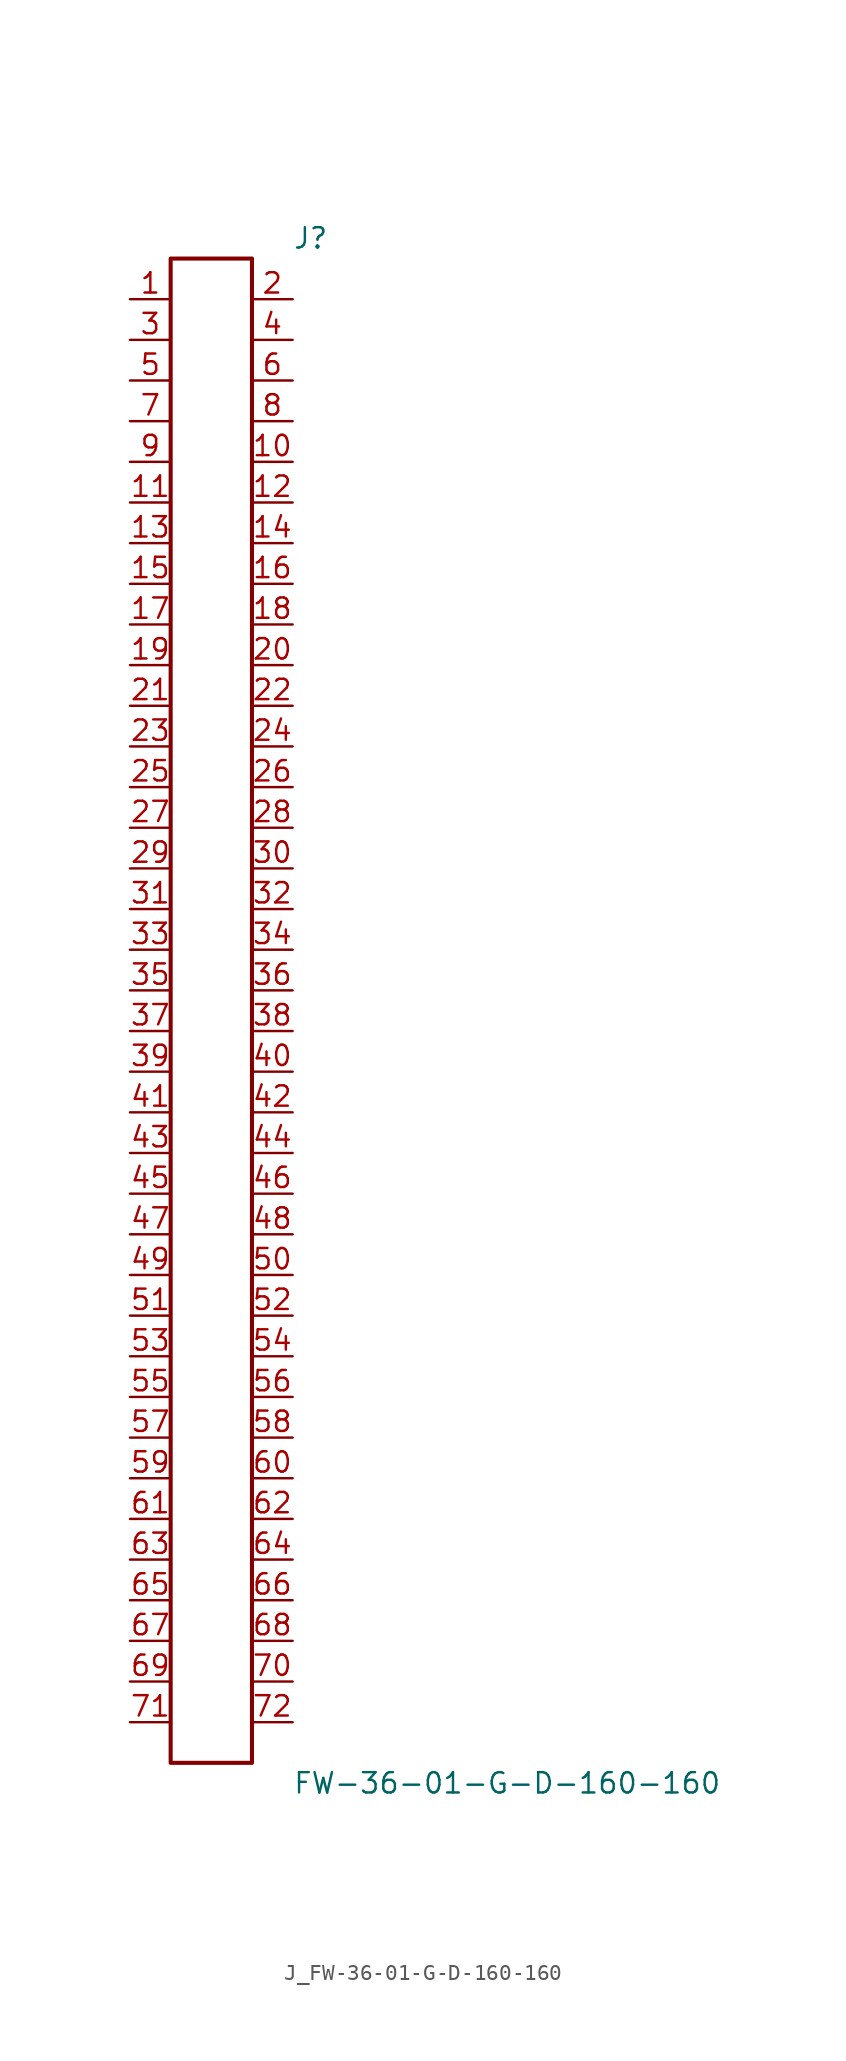
<source format=kicad_sym>
(kicad_symbol_lib
  (version 20231120)
  (generator kicad_symbol_editor)
  (generator_version 8.0)
  (symbol "J_FW-36-01-G-D-160-160"
    (pin_names
      (offset 0.254))
    (property "Reference" "J"
      (at 5.08 48.26 0)
      (effects (font (size 1.27 1.27)) (justify left)))
    (property "Value" "FW-36-01-G-D-160-160"
      (at 5.08 -48.26 0)
      (effects (font (size 1.27 1.27)) (justify left)))
    (symbol "J_FW-36-01-G-D-160-160_0_0"
      (pin unspecified line (at -5.08 44.45 0) (length 2.54) (name "" (effects (font (size 1.27 1.27)))) (number "1" (effects (font (size 1.27 1.27)))))
      (pin unspecified line (at 5.08 44.45 180) (length 2.54) (name "" (effects (font (size 1.27 1.27)))) (number "2" (effects (font (size 1.27 1.27)))))
      (pin unspecified line (at -5.08 41.91 0) (length 2.54) (name "" (effects (font (size 1.27 1.27)))) (number "3" (effects (font (size 1.27 1.27)))))
      (pin unspecified line (at 5.08 41.91 180) (length 2.54) (name "" (effects (font (size 1.27 1.27)))) (number "4" (effects (font (size 1.27 1.27)))))
      (pin unspecified line (at -5.08 39.37 0) (length 2.54) (name "" (effects (font (size 1.27 1.27)))) (number "5" (effects (font (size 1.27 1.27)))))
      (pin unspecified line (at 5.08 39.37 180) (length 2.54) (name "" (effects (font (size 1.27 1.27)))) (number "6" (effects (font (size 1.27 1.27)))))
      (pin unspecified line (at -5.08 36.83 0) (length 2.54) (name "" (effects (font (size 1.27 1.27)))) (number "7" (effects (font (size 1.27 1.27)))))
      (pin unspecified line (at 5.08 36.83 180) (length 2.54) (name "" (effects (font (size 1.27 1.27)))) (number "8" (effects (font (size 1.27 1.27)))))
      (pin unspecified line (at -5.08 34.29 0) (length 2.54) (name "" (effects (font (size 1.27 1.27)))) (number "9" (effects (font (size 1.27 1.27)))))
      (pin unspecified line (at 5.08 34.29 180) (length 2.54) (name "" (effects (font (size 1.27 1.27)))) (number "10" (effects (font (size 1.27 1.27)))))
      (pin unspecified line (at -5.08 31.75 0) (length 2.54) (name "" (effects (font (size 1.27 1.27)))) (number "11" (effects (font (size 1.27 1.27)))))
      (pin unspecified line (at 5.08 31.75 180) (length 2.54) (name "" (effects (font (size 1.27 1.27)))) (number "12" (effects (font (size 1.27 1.27)))))
      (pin unspecified line (at -5.08 29.21 0) (length 2.54) (name "" (effects (font (size 1.27 1.27)))) (number "13" (effects (font (size 1.27 1.27)))))
      (pin unspecified line (at 5.08 29.21 180) (length 2.54) (name "" (effects (font (size 1.27 1.27)))) (number "14" (effects (font (size 1.27 1.27)))))
      (pin unspecified line (at -5.08 26.67 0) (length 2.54) (name "" (effects (font (size 1.27 1.27)))) (number "15" (effects (font (size 1.27 1.27)))))
      (pin unspecified line (at 5.08 26.67 180) (length 2.54) (name "" (effects (font (size 1.27 1.27)))) (number "16" (effects (font (size 1.27 1.27)))))
      (pin unspecified line (at -5.08 24.13 0) (length 2.54) (name "" (effects (font (size 1.27 1.27)))) (number "17" (effects (font (size 1.27 1.27)))))
      (pin unspecified line (at 5.08 24.13 180) (length 2.54) (name "" (effects (font (size 1.27 1.27)))) (number "18" (effects (font (size 1.27 1.27)))))
      (pin unspecified line (at -5.08 21.59 0) (length 2.54) (name "" (effects (font (size 1.27 1.27)))) (number "19" (effects (font (size 1.27 1.27)))))
      (pin unspecified line (at 5.08 21.59 180) (length 2.54) (name "" (effects (font (size 1.27 1.27)))) (number "20" (effects (font (size 1.27 1.27)))))
      (pin unspecified line (at -5.08 19.05 0) (length 2.54) (name "" (effects (font (size 1.27 1.27)))) (number "21" (effects (font (size 1.27 1.27)))))
      (pin unspecified line (at 5.08 19.05 180) (length 2.54) (name "" (effects (font (size 1.27 1.27)))) (number "22" (effects (font (size 1.27 1.27)))))
      (pin unspecified line (at -5.08 16.51 0) (length 2.54) (name "" (effects (font (size 1.27 1.27)))) (number "23" (effects (font (size 1.27 1.27)))))
      (pin unspecified line (at 5.08 16.51 180) (length 2.54) (name "" (effects (font (size 1.27 1.27)))) (number "24" (effects (font (size 1.27 1.27)))))
      (pin unspecified line (at -5.08 13.97 0) (length 2.54) (name "" (effects (font (size 1.27 1.27)))) (number "25" (effects (font (size 1.27 1.27)))))
      (pin unspecified line (at 5.08 13.97 180) (length 2.54) (name "" (effects (font (size 1.27 1.27)))) (number "26" (effects (font (size 1.27 1.27)))))
      (pin unspecified line (at -5.08 11.43 0) (length 2.54) (name "" (effects (font (size 1.27 1.27)))) (number "27" (effects (font (size 1.27 1.27)))))
      (pin unspecified line (at 5.08 11.43 180) (length 2.54) (name "" (effects (font (size 1.27 1.27)))) (number "28" (effects (font (size 1.27 1.27)))))
      (pin unspecified line (at -5.08 8.89 0) (length 2.54) (name "" (effects (font (size 1.27 1.27)))) (number "29" (effects (font (size 1.27 1.27)))))
      (pin unspecified line (at 5.08 8.89 180) (length 2.54) (name "" (effects (font (size 1.27 1.27)))) (number "30" (effects (font (size 1.27 1.27)))))
      (pin unspecified line (at -5.08 6.35 0) (length 2.54) (name "" (effects (font (size 1.27 1.27)))) (number "31" (effects (font (size 1.27 1.27)))))
      (pin unspecified line (at 5.08 6.35 180) (length 2.54) (name "" (effects (font (size 1.27 1.27)))) (number "32" (effects (font (size 1.27 1.27)))))
      (pin unspecified line (at -5.08 3.81 0) (length 2.54) (name "" (effects (font (size 1.27 1.27)))) (number "33" (effects (font (size 1.27 1.27)))))
      (pin unspecified line (at 5.08 3.81 180) (length 2.54) (name "" (effects (font (size 1.27 1.27)))) (number "34" (effects (font (size 1.27 1.27)))))
      (pin unspecified line (at -5.08 1.27 0) (length 2.54) (name "" (effects (font (size 1.27 1.27)))) (number "35" (effects (font (size 1.27 1.27)))))
      (pin unspecified line (at 5.08 1.27 180) (length 2.54) (name "" (effects (font (size 1.27 1.27)))) (number "36" (effects (font (size 1.27 1.27)))))
      (pin unspecified line (at -5.08 -1.27 0) (length 2.54) (name "" (effects (font (size 1.27 1.27)))) (number "37" (effects (font (size 1.27 1.27)))))
      (pin unspecified line (at 5.08 -1.27 180) (length 2.54) (name "" (effects (font (size 1.27 1.27)))) (number "38" (effects (font (size 1.27 1.27)))))
      (pin unspecified line (at -5.08 -3.81 0) (length 2.54) (name "" (effects (font (size 1.27 1.27)))) (number "39" (effects (font (size 1.27 1.27)))))
      (pin unspecified line (at 5.08 -3.81 180) (length 2.54) (name "" (effects (font (size 1.27 1.27)))) (number "40" (effects (font (size 1.27 1.27)))))
      (pin unspecified line (at -5.08 -6.35 0) (length 2.54) (name "" (effects (font (size 1.27 1.27)))) (number "41" (effects (font (size 1.27 1.27)))))
      (pin unspecified line (at 5.08 -6.35 180) (length 2.54) (name "" (effects (font (size 1.27 1.27)))) (number "42" (effects (font (size 1.27 1.27)))))
      (pin unspecified line (at -5.08 -8.89 0) (length 2.54) (name "" (effects (font (size 1.27 1.27)))) (number "43" (effects (font (size 1.27 1.27)))))
      (pin unspecified line (at 5.08 -8.89 180) (length 2.54) (name "" (effects (font (size 1.27 1.27)))) (number "44" (effects (font (size 1.27 1.27)))))
      (pin unspecified line (at -5.08 -11.43 0) (length 2.54) (name "" (effects (font (size 1.27 1.27)))) (number "45" (effects (font (size 1.27 1.27)))))
      (pin unspecified line (at 5.08 -11.43 180) (length 2.54) (name "" (effects (font (size 1.27 1.27)))) (number "46" (effects (font (size 1.27 1.27)))))
      (pin unspecified line (at -5.08 -13.97 0) (length 2.54) (name "" (effects (font (size 1.27 1.27)))) (number "47" (effects (font (size 1.27 1.27)))))
      (pin unspecified line (at 5.08 -13.97 180) (length 2.54) (name "" (effects (font (size 1.27 1.27)))) (number "48" (effects (font (size 1.27 1.27)))))
      (pin unspecified line (at -5.08 -16.51 0) (length 2.54) (name "" (effects (font (size 1.27 1.27)))) (number "49" (effects (font (size 1.27 1.27)))))
      (pin unspecified line (at 5.08 -16.51 180) (length 2.54) (name "" (effects (font (size 1.27 1.27)))) (number "50" (effects (font (size 1.27 1.27)))))
      (pin unspecified line (at -5.08 -19.05 0) (length 2.54) (name "" (effects (font (size 1.27 1.27)))) (number "51" (effects (font (size 1.27 1.27)))))
      (pin unspecified line (at 5.08 -19.05 180) (length 2.54) (name "" (effects (font (size 1.27 1.27)))) (number "52" (effects (font (size 1.27 1.27)))))
      (pin unspecified line (at -5.08 -21.59 0) (length 2.54) (name "" (effects (font (size 1.27 1.27)))) (number "53" (effects (font (size 1.27 1.27)))))
      (pin unspecified line (at 5.08 -21.59 180) (length 2.54) (name "" (effects (font (size 1.27 1.27)))) (number "54" (effects (font (size 1.27 1.27)))))
      (pin unspecified line (at -5.08 -24.13 0) (length 2.54) (name "" (effects (font (size 1.27 1.27)))) (number "55" (effects (font (size 1.27 1.27)))))
      (pin unspecified line (at 5.08 -24.13 180) (length 2.54) (name "" (effects (font (size 1.27 1.27)))) (number "56" (effects (font (size 1.27 1.27)))))
      (pin unspecified line (at -5.08 -26.67 0) (length 2.54) (name "" (effects (font (size 1.27 1.27)))) (number "57" (effects (font (size 1.27 1.27)))))
      (pin unspecified line (at 5.08 -26.67 180) (length 2.54) (name "" (effects (font (size 1.27 1.27)))) (number "58" (effects (font (size 1.27 1.27)))))
      (pin unspecified line (at -5.08 -29.21 0) (length 2.54) (name "" (effects (font (size 1.27 1.27)))) (number "59" (effects (font (size 1.27 1.27)))))
      (pin unspecified line (at 5.08 -29.21 180) (length 2.54) (name "" (effects (font (size 1.27 1.27)))) (number "60" (effects (font (size 1.27 1.27)))))
      (pin unspecified line (at -5.08 -31.75 0) (length 2.54) (name "" (effects (font (size 1.27 1.27)))) (number "61" (effects (font (size 1.27 1.27)))))
      (pin unspecified line (at 5.08 -31.75 180) (length 2.54) (name "" (effects (font (size 1.27 1.27)))) (number "62" (effects (font (size 1.27 1.27)))))
      (pin unspecified line (at -5.08 -34.29 0) (length 2.54) (name "" (effects (font (size 1.27 1.27)))) (number "63" (effects (font (size 1.27 1.27)))))
      (pin unspecified line (at 5.08 -34.29 180) (length 2.54) (name "" (effects (font (size 1.27 1.27)))) (number "64" (effects (font (size 1.27 1.27)))))
      (pin unspecified line (at -5.08 -36.83 0) (length 2.54) (name "" (effects (font (size 1.27 1.27)))) (number "65" (effects (font (size 1.27 1.27)))))
      (pin unspecified line (at 5.08 -36.83 180) (length 2.54) (name "" (effects (font (size 1.27 1.27)))) (number "66" (effects (font (size 1.27 1.27)))))
      (pin unspecified line (at -5.08 -39.37 0) (length 2.54) (name "" (effects (font (size 1.27 1.27)))) (number "67" (effects (font (size 1.27 1.27)))))
      (pin unspecified line (at 5.08 -39.37 180) (length 2.54) (name "" (effects (font (size 1.27 1.27)))) (number "68" (effects (font (size 1.27 1.27)))))
      (pin unspecified line (at -5.08 -41.91 0) (length 2.54) (name "" (effects (font (size 1.27 1.27)))) (number "69" (effects (font (size 1.27 1.27)))))
      (pin unspecified line (at 5.08 -41.91 180) (length 2.54) (name "" (effects (font (size 1.27 1.27)))) (number "70" (effects (font (size 1.27 1.27)))))
      (pin unspecified line (at -5.08 -44.45 0) (length 2.54) (name "" (effects (font (size 1.27 1.27)))) (number "71" (effects (font (size 1.27 1.27)))))
      (pin unspecified line (at 5.08 -44.45 180) (length 2.54) (name "" (effects (font (size 1.27 1.27)))) (number "72" (effects (font (size 1.27 1.27))))))
    (symbol "J_FW-36-01-G-D-160-160_1_0"
      (rectangle (start -2.54 46.99) (end 2.54 -46.99) (stroke (width 0.254) (type solid)) (fill (type none))))))
</source>
